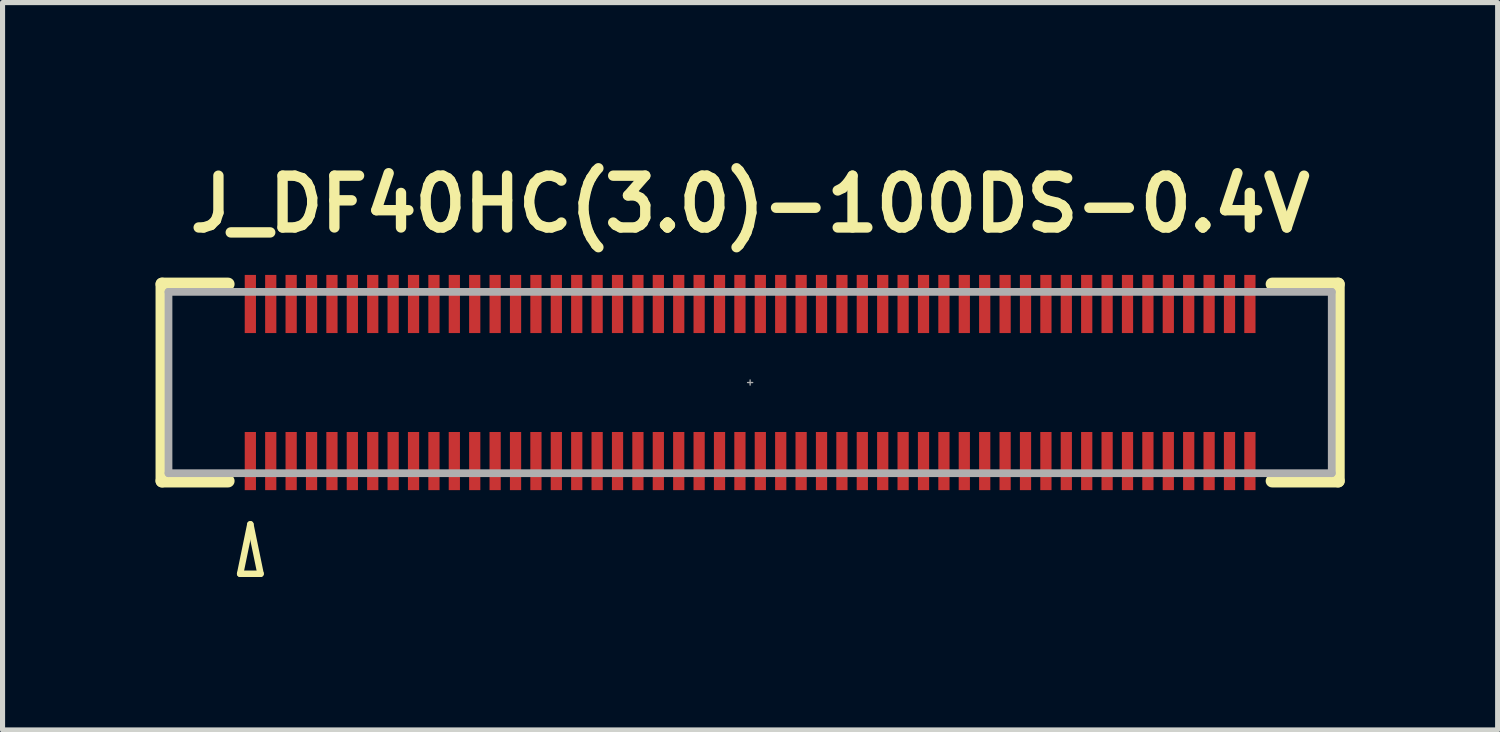
<source format=kicad_pcb>
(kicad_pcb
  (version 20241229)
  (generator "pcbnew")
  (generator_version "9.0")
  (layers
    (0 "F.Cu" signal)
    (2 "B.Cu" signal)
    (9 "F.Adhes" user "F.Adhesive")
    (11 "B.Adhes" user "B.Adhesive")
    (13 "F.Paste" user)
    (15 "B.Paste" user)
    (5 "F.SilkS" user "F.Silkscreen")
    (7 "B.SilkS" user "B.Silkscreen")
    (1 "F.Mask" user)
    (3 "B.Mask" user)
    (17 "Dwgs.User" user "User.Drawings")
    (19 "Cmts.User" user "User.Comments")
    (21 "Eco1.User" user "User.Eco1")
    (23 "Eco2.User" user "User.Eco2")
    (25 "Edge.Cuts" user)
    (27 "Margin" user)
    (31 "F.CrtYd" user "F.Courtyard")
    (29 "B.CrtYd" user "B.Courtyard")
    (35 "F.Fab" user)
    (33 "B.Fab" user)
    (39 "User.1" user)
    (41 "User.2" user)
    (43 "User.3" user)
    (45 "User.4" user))
  (footprint "J_DF40HC(3.0)-100DS-0.4V"
    (layer "F.Cu")
    (at 11.659 4.451)
    (property "Reference" "J_DF40HC(3.0)-100DS-0.4V" (at 0 -3.5 180) (layer "F.SilkS") (effects (font (size 1.016 1.016) (thickness 0.203) (bold yes))))
    (attr smd)
    (fp_line (start -11.532 -1.93) (end -11.532 1.93) (stroke (width 0.254) (type solid)) (layer "F.SilkS"))
    (fp_line (start -11.532 1.93) (end -10.236 1.93) (stroke (width 0.254) (type solid)) (layer "F.SilkS"))
    (fp_line (start -10.236 -1.93) (end -11.532 -1.93) (stroke (width 0.254) (type solid)) (layer "F.SilkS"))
    (fp_line (start -10 3.75) (end -9.8 2.78) (stroke (width 0.127) (type solid)) (layer "F.SilkS"))
    (fp_line (start -9.8 2.78) (end -9.6 3.75) (stroke (width 0.127) (type solid)) (layer "F.SilkS"))
    (fp_line (start -9.6 3.75) (end -10 3.75) (stroke (width 0.127) (type solid)) (layer "F.SilkS"))
    (fp_line (start 10.236 1.93) (end 11.532 1.93) (stroke (width 0.254) (type solid)) (layer "F.SilkS"))
    (fp_line (start 11.532 -1.93) (end 10.236 -1.93) (stroke (width 0.254) (type solid)) (layer "F.SilkS"))
    (fp_line (start 11.532 1.93) (end 11.532 -1.93) (stroke (width 0.254) (type solid)) (layer "F.SilkS"))
    (fp_line (start -11.405 -1.778) (end -11.405 1.778) (stroke (width 0.152) (type solid)) (layer "F.Fab"))
    (fp_line (start -11.405 1.778) (end 11.405 1.778) (stroke (width 0.152) (type solid)) (layer "F.Fab"))
    (fp_line (start -0.051 0) (end 0 0) (stroke (width 0.025) (type solid)) (layer "F.Fab"))
    (fp_line (start 0 0) (end 0 -0.051) (stroke (width 0.025) (type solid)) (layer "F.Fab"))
    (fp_line (start 0 0) (end 0 0.051) (stroke (width 0.025) (type solid)) (layer "F.Fab"))
    (fp_line (start 0 0) (end 0.051 0) (stroke (width 0.025) (type solid)) (layer "F.Fab"))
    (fp_line (start 11.405 -1.778) (end -11.405 -1.778) (stroke (width 0.152) (type solid)) (layer "F.Fab"))
    (fp_line (start 11.405 1.778) (end 11.405 -1.778) (stroke (width 0.152) (type solid)) (layer "F.Fab"))
    (pad "1" smd rect (at -9.8 1.54) (size 0.22 1.14) (layers "F.Cu" "F.Mask" "F.Paste"))
    (pad "2" smd rect (at -9.8 -1.54) (size 0.22 1.14) (layers "F.Cu" "F.Mask" "F.Paste"))
    (pad "3" smd rect (at -9.4 1.54) (size 0.22 1.14) (layers "F.Cu" "F.Mask" "F.Paste"))
    (pad "4" smd rect (at -9.4 -1.54) (size 0.22 1.14) (layers "F.Cu" "F.Mask" "F.Paste"))
    (pad "5" smd rect (at -9 1.54) (size 0.22 1.14) (layers "F.Cu" "F.Mask" "F.Paste"))
    (pad "6" smd rect (at -9 -1.54) (size 0.22 1.14) (layers "F.Cu" "F.Mask" "F.Paste"))
    (pad "7" smd rect (at -8.6 1.54) (size 0.22 1.14) (layers "F.Cu" "F.Mask" "F.Paste"))
    (pad "8" smd rect (at -8.6 -1.54) (size 0.22 1.14) (layers "F.Cu" "F.Mask" "F.Paste"))
    (pad "9" smd rect (at -8.2 1.54) (size 0.22 1.14) (layers "F.Cu" "F.Mask" "F.Paste"))
    (pad "10" smd rect (at -8.2 -1.54) (size 0.22 1.14) (layers "F.Cu" "F.Mask" "F.Paste"))
    (pad "11" smd rect (at -7.8 1.54) (size 0.22 1.14) (layers "F.Cu" "F.Mask" "F.Paste"))
    (pad "12" smd rect (at -7.8 -1.54) (size 0.22 1.14) (layers "F.Cu" "F.Mask" "F.Paste"))
    (pad "13" smd rect (at -7.4 1.54) (size 0.22 1.14) (layers "F.Cu" "F.Mask" "F.Paste"))
    (pad "14" smd rect (at -7.4 -1.54) (size 0.22 1.14) (layers "F.Cu" "F.Mask" "F.Paste"))
    (pad "15" smd rect (at -7 1.54) (size 0.22 1.14) (layers "F.Cu" "F.Mask" "F.Paste"))
    (pad "16" smd rect (at -7 -1.54) (size 0.22 1.14) (layers "F.Cu" "F.Mask" "F.Paste"))
    (pad "17" smd rect (at -6.6 1.54) (size 0.22 1.14) (layers "F.Cu" "F.Mask" "F.Paste"))
    (pad "18" smd rect (at -6.6 -1.54) (size 0.22 1.14) (layers "F.Cu" "F.Mask" "F.Paste"))
    (pad "19" smd rect (at -6.2 1.54) (size 0.22 1.14) (layers "F.Cu" "F.Mask" "F.Paste"))
    (pad "20" smd rect (at -6.2 -1.54) (size 0.22 1.14) (layers "F.Cu" "F.Mask" "F.Paste"))
    (pad "21" smd rect (at -5.8 1.54) (size 0.22 1.14) (layers "F.Cu" "F.Mask" "F.Paste"))
    (pad "22" smd rect (at -5.8 -1.54) (size 0.22 1.14) (layers "F.Cu" "F.Mask" "F.Paste"))
    (pad "23" smd rect (at -5.4 1.54) (size 0.22 1.14) (layers "F.Cu" "F.Mask" "F.Paste"))
    (pad "24" smd rect (at -5.4 -1.54) (size 0.22 1.14) (layers "F.Cu" "F.Mask" "F.Paste"))
    (pad "25" smd rect (at -5 1.54) (size 0.22 1.14) (layers "F.Cu" "F.Mask" "F.Paste"))
    (pad "26" smd rect (at -5 -1.54) (size 0.22 1.14) (layers "F.Cu" "F.Mask" "F.Paste"))
    (pad "27" smd rect (at -4.6 1.54) (size 0.22 1.14) (layers "F.Cu" "F.Mask" "F.Paste"))
    (pad "28" smd rect (at -4.6 -1.54) (size 0.22 1.14) (layers "F.Cu" "F.Mask" "F.Paste"))
    (pad "29" smd rect (at -4.2 1.54) (size 0.22 1.14) (layers "F.Cu" "F.Mask" "F.Paste"))
    (pad "30" smd rect (at -4.2 -1.54) (size 0.22 1.14) (layers "F.Cu" "F.Mask" "F.Paste"))
    (pad "31" smd rect (at -3.8 1.54) (size 0.22 1.14) (layers "F.Cu" "F.Mask" "F.Paste"))
    (pad "32" smd rect (at -3.8 -1.54) (size 0.22 1.14) (layers "F.Cu" "F.Mask" "F.Paste"))
    (pad "33" smd rect (at -3.4 1.54) (size 0.22 1.14) (layers "F.Cu" "F.Mask" "F.Paste"))
    (pad "34" smd rect (at -3.4 -1.54) (size 0.22 1.14) (layers "F.Cu" "F.Mask" "F.Paste"))
    (pad "35" smd rect (at -3 1.54) (size 0.22 1.14) (layers "F.Cu" "F.Mask" "F.Paste"))
    (pad "36" smd rect (at -3 -1.54) (size 0.22 1.14) (layers "F.Cu" "F.Mask" "F.Paste"))
    (pad "37" smd rect (at -2.6 1.54) (size 0.22 1.14) (layers "F.Cu" "F.Mask" "F.Paste"))
    (pad "38" smd rect (at -2.6 -1.54) (size 0.22 1.14) (layers "F.Cu" "F.Mask" "F.Paste"))
    (pad "39" smd rect (at -2.2 1.54) (size 0.22 1.14) (layers "F.Cu" "F.Mask" "F.Paste"))
    (pad "40" smd rect (at -2.2 -1.54) (size 0.22 1.14) (layers "F.Cu" "F.Mask" "F.Paste"))
    (pad "41" smd rect (at -1.8 1.54) (size 0.22 1.14) (layers "F.Cu" "F.Mask" "F.Paste"))
    (pad "42" smd rect (at -1.8 -1.54) (size 0.22 1.14) (layers "F.Cu" "F.Mask" "F.Paste"))
    (pad "43" smd rect (at -1.4 1.54) (size 0.22 1.14) (layers "F.Cu" "F.Mask" "F.Paste"))
    (pad "44" smd rect (at -1.4 -1.54) (size 0.22 1.14) (layers "F.Cu" "F.Mask" "F.Paste"))
    (pad "45" smd rect (at -1 1.54) (size 0.22 1.14) (layers "F.Cu" "F.Mask" "F.Paste"))
    (pad "46" smd rect (at -1 -1.54) (size 0.22 1.14) (layers "F.Cu" "F.Mask" "F.Paste"))
    (pad "47" smd rect (at -0.6 1.54) (size 0.22 1.14) (layers "F.Cu" "F.Mask" "F.Paste"))
    (pad "48" smd rect (at -0.6 -1.54) (size 0.22 1.14) (layers "F.Cu" "F.Mask" "F.Paste"))
    (pad "49" smd rect (at -0.2 1.54) (size 0.22 1.14) (layers "F.Cu" "F.Mask" "F.Paste"))
    (pad "50" smd rect (at -0.2 -1.54) (size 0.22 1.14) (layers "F.Cu" "F.Mask" "F.Paste"))
    (pad "51" smd rect (at 0.2 1.54) (size 0.22 1.14) (layers "F.Cu" "F.Mask" "F.Paste"))
    (pad "52" smd rect (at 0.2 -1.54) (size 0.22 1.14) (layers "F.Cu" "F.Mask" "F.Paste"))
    (pad "53" smd rect (at 0.6 1.54) (size 0.22 1.14) (layers "F.Cu" "F.Mask" "F.Paste"))
    (pad "54" smd rect (at 0.6 -1.54) (size 0.22 1.14) (layers "F.Cu" "F.Mask" "F.Paste"))
    (pad "55" smd rect (at 1 1.54) (size 0.22 1.14) (layers "F.Cu" "F.Mask" "F.Paste"))
    (pad "56" smd rect (at 1 -1.54) (size 0.22 1.14) (layers "F.Cu" "F.Mask" "F.Paste"))
    (pad "57" smd rect (at 1.4 1.54) (size 0.22 1.14) (layers "F.Cu" "F.Mask" "F.Paste"))
    (pad "58" smd rect (at 1.4 -1.54) (size 0.22 1.14) (layers "F.Cu" "F.Mask" "F.Paste"))
    (pad "59" smd rect (at 1.8 1.54) (size 0.22 1.14) (layers "F.Cu" "F.Mask" "F.Paste"))
    (pad "60" smd rect (at 1.8 -1.54) (size 0.22 1.14) (layers "F.Cu" "F.Mask" "F.Paste"))
    (pad "61" smd rect (at 2.2 1.54) (size 0.22 1.14) (layers "F.Cu" "F.Mask" "F.Paste"))
    (pad "62" smd rect (at 2.2 -1.54) (size 0.22 1.14) (layers "F.Cu" "F.Mask" "F.Paste"))
    (pad "63" smd rect (at 2.6 1.54) (size 0.22 1.14) (layers "F.Cu" "F.Mask" "F.Paste"))
    (pad "64" smd rect (at 2.6 -1.54) (size 0.22 1.14) (layers "F.Cu" "F.Mask" "F.Paste"))
    (pad "65" smd rect (at 3 1.54) (size 0.22 1.14) (layers "F.Cu" "F.Mask" "F.Paste"))
    (pad "66" smd rect (at 3 -1.54) (size 0.22 1.14) (layers "F.Cu" "F.Mask" "F.Paste"))
    (pad "67" smd rect (at 3.4 1.54) (size 0.22 1.14) (layers "F.Cu" "F.Mask" "F.Paste"))
    (pad "68" smd rect (at 3.4 -1.54) (size 0.22 1.14) (layers "F.Cu" "F.Mask" "F.Paste"))
    (pad "69" smd rect (at 3.8 1.54) (size 0.22 1.14) (layers "F.Cu" "F.Mask" "F.Paste"))
    (pad "70" smd rect (at 3.8 -1.54) (size 0.22 1.14) (layers "F.Cu" "F.Mask" "F.Paste"))
    (pad "71" smd rect (at 4.2 1.54) (size 0.22 1.14) (layers "F.Cu" "F.Mask" "F.Paste"))
    (pad "72" smd rect (at 4.2 -1.54) (size 0.22 1.14) (layers "F.Cu" "F.Mask" "F.Paste"))
    (pad "73" smd rect (at 4.6 1.54) (size 0.22 1.14) (layers "F.Cu" "F.Mask" "F.Paste"))
    (pad "74" smd rect (at 4.6 -1.54) (size 0.22 1.14) (layers "F.Cu" "F.Mask" "F.Paste"))
    (pad "75" smd rect (at 5 1.54) (size 0.22 1.14) (layers "F.Cu" "F.Mask" "F.Paste"))
    (pad "76" smd rect (at 5 -1.54) (size 0.22 1.14) (layers "F.Cu" "F.Mask" "F.Paste"))
    (pad "77" smd rect (at 5.4 1.54) (size 0.22 1.14) (layers "F.Cu" "F.Mask" "F.Paste"))
    (pad "78" smd rect (at 5.4 -1.54) (size 0.22 1.14) (layers "F.Cu" "F.Mask" "F.Paste"))
    (pad "79" smd rect (at 5.8 1.54) (size 0.22 1.14) (layers "F.Cu" "F.Mask" "F.Paste"))
    (pad "80" smd rect (at 5.8 -1.54) (size 0.22 1.14) (layers "F.Cu" "F.Mask" "F.Paste"))
    (pad "81" smd rect (at 6.2 1.54) (size 0.22 1.14) (layers "F.Cu" "F.Mask" "F.Paste"))
    (pad "82" smd rect (at 6.2 -1.54) (size 0.22 1.14) (layers "F.Cu" "F.Mask" "F.Paste"))
    (pad "83" smd rect (at 6.6 1.54) (size 0.22 1.14) (layers "F.Cu" "F.Mask" "F.Paste"))
    (pad "84" smd rect (at 6.6 -1.54) (size 0.22 1.14) (layers "F.Cu" "F.Mask" "F.Paste"))
    (pad "85" smd rect (at 7 1.54) (size 0.22 1.14) (layers "F.Cu" "F.Mask" "F.Paste"))
    (pad "86" smd rect (at 7 -1.54) (size 0.22 1.14) (layers "F.Cu" "F.Mask" "F.Paste"))
    (pad "87" smd rect (at 7.4 1.54) (size 0.22 1.14) (layers "F.Cu" "F.Mask" "F.Paste"))
    (pad "88" smd rect (at 7.4 -1.54) (size 0.22 1.14) (layers "F.Cu" "F.Mask" "F.Paste"))
    (pad "89" smd rect (at 7.8 1.54) (size 0.22 1.14) (layers "F.Cu" "F.Mask" "F.Paste"))
    (pad "90" smd rect (at 7.8 -1.54) (size 0.22 1.14) (layers "F.Cu" "F.Mask" "F.Paste"))
    (pad "91" smd rect (at 8.2 1.54) (size 0.22 1.14) (layers "F.Cu" "F.Mask" "F.Paste"))
    (pad "92" smd rect (at 8.2 -1.54) (size 0.22 1.14) (layers "F.Cu" "F.Mask" "F.Paste"))
    (pad "93" smd rect (at 8.6 1.54) (size 0.22 1.14) (layers "F.Cu" "F.Mask" "F.Paste"))
    (pad "94" smd rect (at 8.6 -1.54) (size 0.22 1.14) (layers "F.Cu" "F.Mask" "F.Paste"))
    (pad "95" smd rect (at 9 1.54) (size 0.22 1.14) (layers "F.Cu" "F.Mask" "F.Paste"))
    (pad "96" smd rect (at 9 -1.54) (size 0.22 1.14) (layers "F.Cu" "F.Mask" "F.Paste"))
    (pad "97" smd rect (at 9.4 1.54) (size 0.22 1.14) (layers "F.Cu" "F.Mask" "F.Paste"))
    (pad "98" smd rect (at 9.4 -1.54) (size 0.22 1.14) (layers "F.Cu" "F.Mask" "F.Paste"))
    (pad "99" smd rect (at 9.8 1.54) (size 0.22 1.14) (layers "F.Cu" "F.Mask" "F.Paste"))
    (pad "100" smd rect (at 9.8 -1.54) (size 0.22 1.14) (layers "F.Cu" "F.Mask" "F.Paste")))
  (gr_rect
    (start -3 -3)
    (end 26.317 11.264)
    (stroke (width 0.1) (type default))
    (fill no)
    (layer "Edge.Cuts")))
</source>
